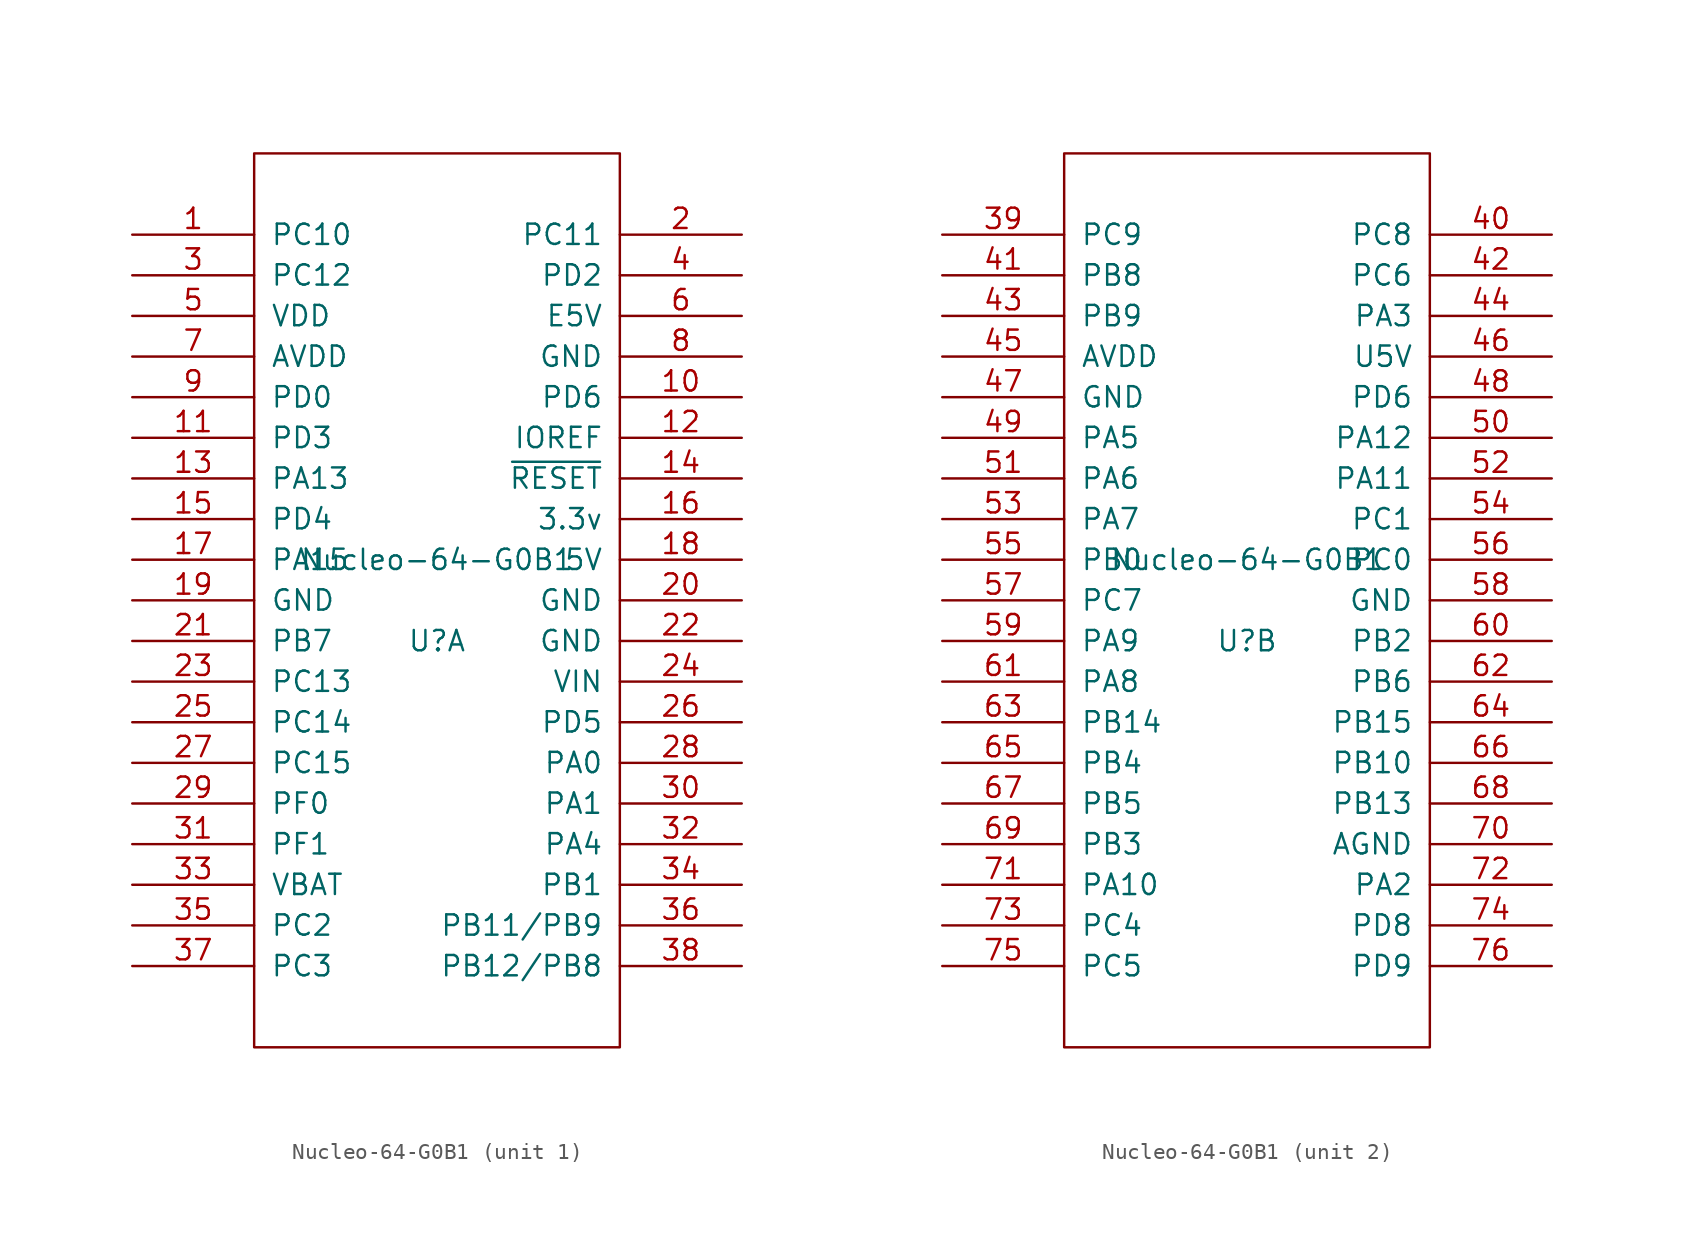
<source format=kicad_sym>
(kicad_symbol_lib
  (version 20220914)
  (generator kicad_symbol_editor)
  (symbol "Nucleo-64-G0B1"
    (pin_names
      (offset 1.016))
    (property "Reference" "U"
      (at 0 -2.54 0)
      (effects (font (size 1.27 1.27))))
    (property "Value" "Nucleo-64-G0B1"
      (at 0 2.54 0)
      (effects (font (size 1.27 1.27))))
    (symbol "Nucleo-64-G0B1_1_0"
      (rectangle (start -11.43 -27.94) (end 11.43 27.94) (stroke (width 0) (type solid)) (fill (type none))))
    (symbol "Nucleo-64-G0B1_1_1"
      (pin bidirectional line (at -19.05 22.86 0) (length 7.62) (name "PC10" (effects (font (size 1.27 1.27)))) (number "1" (effects (font (size 1.27 1.27)))))
      (pin bidirectional line (at 19.05 12.7 180) (length 7.62) (name "PD6" (effects (font (size 1.27 1.27)))) (number "10" (effects (font (size 1.27 1.27)))))
      (pin bidirectional line (at -19.05 10.16 0) (length 7.62) (name "PD3" (effects (font (size 1.27 1.27)))) (number "11" (effects (font (size 1.27 1.27)))))
      (pin power_out line (at 19.05 10.16 180) (length 7.62) (name "IOREF" (effects (font (size 1.27 1.27)))) (number "12" (effects (font (size 1.27 1.27)))))
      (pin bidirectional line (at -19.05 7.62 0) (length 7.62) (name "PA13" (effects (font (size 1.27 1.27)))) (number "13" (effects (font (size 1.27 1.27)))))
      (pin bidirectional line (at 19.05 7.62 180) (length 7.62) (name "~{RESET}" (effects (font (size 1.27 1.27)))) (number "14" (effects (font (size 1.27 1.27)))))
      (pin bidirectional line (at -19.05 5.08 0) (length 7.62) (name "PD4" (effects (font (size 1.27 1.27)))) (number "15" (effects (font (size 1.27 1.27)))))
      (pin power_out line (at 19.05 5.08 180) (length 7.62) (name "3.3v" (effects (font (size 1.27 1.27)))) (number "16" (effects (font (size 1.27 1.27)))))
      (pin bidirectional line (at -19.05 2.54 0) (length 7.62) (name "PA15" (effects (font (size 1.27 1.27)))) (number "17" (effects (font (size 1.27 1.27)))))
      (pin power_out line (at 19.05 2.54 180) (length 7.62) (name "5V" (effects (font (size 1.27 1.27)))) (number "18" (effects (font (size 1.27 1.27)))))
      (pin power_in line (at -19.05 0 0) (length 7.62) (name "GND" (effects (font (size 1.27 1.27)))) (number "19" (effects (font (size 1.27 1.27)))))
      (pin bidirectional line (at 19.05 22.86 180) (length 7.62) (name "PC11" (effects (font (size 1.27 1.27)))) (number "2" (effects (font (size 1.27 1.27)))))
      (pin power_in line (at 19.05 0 180) (length 7.62) (name "GND" (effects (font (size 1.27 1.27)))) (number "20" (effects (font (size 1.27 1.27)))))
      (pin bidirectional line (at -19.05 -2.54 0) (length 7.62) (name "PB7" (effects (font (size 1.27 1.27)))) (number "21" (effects (font (size 1.27 1.27)))))
      (pin power_in line (at 19.05 -2.54 180) (length 7.62) (name "GND" (effects (font (size 1.27 1.27)))) (number "22" (effects (font (size 1.27 1.27)))))
      (pin bidirectional line (at -19.05 -5.08 0) (length 7.62) (name "PC13" (effects (font (size 1.27 1.27)))) (number "23" (effects (font (size 1.27 1.27)))))
      (pin power_in line (at 19.05 -5.08 180) (length 7.62) (name "VIN" (effects (font (size 1.27 1.27)))) (number "24" (effects (font (size 1.27 1.27)))))
      (pin bidirectional line (at -19.05 -7.62 0) (length 7.62) (name "PC14" (effects (font (size 1.27 1.27)))) (number "25" (effects (font (size 1.27 1.27)))))
      (pin bidirectional line (at 19.05 -7.62 180) (length 7.62) (name "PD5" (effects (font (size 1.27 1.27)))) (number "26" (effects (font (size 1.27 1.27)))))
      (pin bidirectional line (at -19.05 -10.16 0) (length 7.62) (name "PC15" (effects (font (size 1.27 1.27)))) (number "27" (effects (font (size 1.27 1.27)))))
      (pin bidirectional line (at 19.05 -10.16 180) (length 7.62) (name "PA0" (effects (font (size 1.27 1.27)))) (number "28" (effects (font (size 1.27 1.27)))))
      (pin bidirectional line (at -19.05 -12.7 0) (length 7.62) (name "PF0" (effects (font (size 1.27 1.27)))) (number "29" (effects (font (size 1.27 1.27)))))
      (pin bidirectional line (at -19.05 20.32 0) (length 7.62) (name "PC12" (effects (font (size 1.27 1.27)))) (number "3" (effects (font (size 1.27 1.27)))))
      (pin bidirectional line (at 19.05 -12.7 180) (length 7.62) (name "PA1" (effects (font (size 1.27 1.27)))) (number "30" (effects (font (size 1.27 1.27)))))
      (pin bidirectional line (at -19.05 -15.24 0) (length 7.62) (name "PF1" (effects (font (size 1.27 1.27)))) (number "31" (effects (font (size 1.27 1.27)))))
      (pin bidirectional line (at 19.05 -15.24 180) (length 7.62) (name "PA4" (effects (font (size 1.27 1.27)))) (number "32" (effects (font (size 1.27 1.27)))))
      (pin power_in line (at -19.05 -17.78 0) (length 7.62) (name "VBAT" (effects (font (size 1.27 1.27)))) (number "33" (effects (font (size 1.27 1.27)))))
      (pin bidirectional line (at 19.05 -17.78 180) (length 7.62) (name "PB1" (effects (font (size 1.27 1.27)))) (number "34" (effects (font (size 1.27 1.27)))))
      (pin bidirectional line (at -19.05 -20.32 0) (length 7.62) (name "PC2" (effects (font (size 1.27 1.27)))) (number "35" (effects (font (size 1.27 1.27)))))
      (pin bidirectional line (at 19.05 -20.32 180) (length 7.62) (name "PB11/PB9" (effects (font (size 1.27 1.27)))) (number "36" (effects (font (size 1.27 1.27)))))
      (pin bidirectional line (at -19.05 -22.86 0) (length 7.62) (name "PC3" (effects (font (size 1.27 1.27)))) (number "37" (effects (font (size 1.27 1.27)))))
      (pin bidirectional line (at 19.05 -22.86 180) (length 7.62) (name "PB12/PB8" (effects (font (size 1.27 1.27)))) (number "38" (effects (font (size 1.27 1.27)))))
      (pin bidirectional line (at 19.05 20.32 180) (length 7.62) (name "PD2" (effects (font (size 1.27 1.27)))) (number "4" (effects (font (size 1.27 1.27)))))
      (pin power_in line (at -19.05 17.78 0) (length 7.62) (name "VDD" (effects (font (size 1.27 1.27)))) (number "5" (effects (font (size 1.27 1.27)))))
      (pin power_in line (at 19.05 17.78 180) (length 7.62) (name "E5V" (effects (font (size 1.27 1.27)))) (number "6" (effects (font (size 1.27 1.27)))))
      (pin power_in line (at -19.05 15.24 0) (length 7.62) (name "AVDD" (effects (font (size 1.27 1.27)))) (number "7" (effects (font (size 1.27 1.27)))))
      (pin power_in line (at 19.05 15.24 180) (length 7.62) (name "GND" (effects (font (size 1.27 1.27)))) (number "8" (effects (font (size 1.27 1.27)))))
      (pin bidirectional line (at -19.05 12.7 0) (length 7.62) (name "PD0" (effects (font (size 1.27 1.27)))) (number "9" (effects (font (size 1.27 1.27))))))
    (symbol "Nucleo-64-G0B1_2_0"
      (rectangle (start -11.43 -27.94) (end 11.43 27.94) (stroke (width 0) (type solid)) (fill (type none))))
    (symbol "Nucleo-64-G0B1_2_1"
      (pin bidirectional line (at -19.05 22.86 0) (length 7.62) (name "PC9" (effects (font (size 1.27 1.27)))) (number "39" (effects (font (size 1.27 1.27)))))
      (pin bidirectional line (at 19.05 22.86 180) (length 7.62) (name "PC8" (effects (font (size 1.27 1.27)))) (number "40" (effects (font (size 1.27 1.27)))))
      (pin bidirectional line (at -19.05 20.32 0) (length 7.62) (name "PB8" (effects (font (size 1.27 1.27)))) (number "41" (effects (font (size 1.27 1.27)))))
      (pin bidirectional line (at 19.05 20.32 180) (length 7.62) (name "PC6" (effects (font (size 1.27 1.27)))) (number "42" (effects (font (size 1.27 1.27)))))
      (pin bidirectional line (at -19.05 17.78 0) (length 7.62) (name "PB9" (effects (font (size 1.27 1.27)))) (number "43" (effects (font (size 1.27 1.27)))))
      (pin bidirectional line (at 19.05 17.78 180) (length 7.62) (name "PA3" (effects (font (size 1.27 1.27)))) (number "44" (effects (font (size 1.27 1.27)))))
      (pin power_in line (at -19.05 15.24 0) (length 7.62) (name "AVDD" (effects (font (size 1.27 1.27)))) (number "45" (effects (font (size 1.27 1.27)))))
      (pin power_out line (at 19.05 15.24 180) (length 7.62) (name "U5V" (effects (font (size 1.27 1.27)))) (number "46" (effects (font (size 1.27 1.27)))))
      (pin power_in line (at -19.05 12.7 0) (length 7.62) (name "GND" (effects (font (size 1.27 1.27)))) (number "47" (effects (font (size 1.27 1.27)))))
      (pin bidirectional line (at 19.05 12.7 180) (length 7.62) (name "PD6" (effects (font (size 1.27 1.27)))) (number "48" (effects (font (size 1.27 1.27)))))
      (pin bidirectional line (at -19.05 10.16 0) (length 7.62) (name "PA5" (effects (font (size 1.27 1.27)))) (number "49" (effects (font (size 1.27 1.27)))))
      (pin bidirectional line (at 19.05 10.16 180) (length 7.62) (name "PA12" (effects (font (size 1.27 1.27)))) (number "50" (effects (font (size 1.27 1.27)))))
      (pin bidirectional line (at -19.05 7.62 0) (length 7.62) (name "PA6" (effects (font (size 1.27 1.27)))) (number "51" (effects (font (size 1.27 1.27)))))
      (pin bidirectional line (at 19.05 7.62 180) (length 7.62) (name "PA11" (effects (font (size 1.27 1.27)))) (number "52" (effects (font (size 1.27 1.27)))))
      (pin bidirectional line (at -19.05 5.08 0) (length 7.62) (name "PA7" (effects (font (size 1.27 1.27)))) (number "53" (effects (font (size 1.27 1.27)))))
      (pin bidirectional line (at 19.05 5.08 180) (length 7.62) (name "PC1" (effects (font (size 1.27 1.27)))) (number "54" (effects (font (size 1.27 1.27)))))
      (pin bidirectional line (at -19.05 2.54 0) (length 7.62) (name "PB0" (effects (font (size 1.27 1.27)))) (number "55" (effects (font (size 1.27 1.27)))))
      (pin bidirectional line (at 19.05 2.54 180) (length 7.62) (name "PC0" (effects (font (size 1.27 1.27)))) (number "56" (effects (font (size 1.27 1.27)))))
      (pin bidirectional line (at -19.05 0 0) (length 7.62) (name "PC7" (effects (font (size 1.27 1.27)))) (number "57" (effects (font (size 1.27 1.27)))))
      (pin power_in line (at 19.05 0 180) (length 7.62) (name "GND" (effects (font (size 1.27 1.27)))) (number "58" (effects (font (size 1.27 1.27)))))
      (pin bidirectional line (at -19.05 -2.54 0) (length 7.62) (name "PA9" (effects (font (size 1.27 1.27)))) (number "59" (effects (font (size 1.27 1.27)))))
      (pin bidirectional line (at 19.05 -2.54 180) (length 7.62) (name "PB2" (effects (font (size 1.27 1.27)))) (number "60" (effects (font (size 1.27 1.27)))))
      (pin bidirectional line (at -19.05 -5.08 0) (length 7.62) (name "PA8" (effects (font (size 1.27 1.27)))) (number "61" (effects (font (size 1.27 1.27)))))
      (pin bidirectional line (at 19.05 -5.08 180) (length 7.62) (name "PB6" (effects (font (size 1.27 1.27)))) (number "62" (effects (font (size 1.27 1.27)))))
      (pin bidirectional line (at -19.05 -7.62 0) (length 7.62) (name "PB14" (effects (font (size 1.27 1.27)))) (number "63" (effects (font (size 1.27 1.27)))))
      (pin bidirectional line (at 19.05 -7.62 180) (length 7.62) (name "PB15" (effects (font (size 1.27 1.27)))) (number "64" (effects (font (size 1.27 1.27)))))
      (pin bidirectional line (at -19.05 -10.16 0) (length 7.62) (name "PB4" (effects (font (size 1.27 1.27)))) (number "65" (effects (font (size 1.27 1.27)))))
      (pin bidirectional line (at 19.05 -10.16 180) (length 7.62) (name "PB10" (effects (font (size 1.27 1.27)))) (number "66" (effects (font (size 1.27 1.27)))))
      (pin bidirectional line (at -19.05 -12.7 0) (length 7.62) (name "PB5" (effects (font (size 1.27 1.27)))) (number "67" (effects (font (size 1.27 1.27)))))
      (pin bidirectional line (at 19.05 -12.7 180) (length 7.62) (name "PB13" (effects (font (size 1.27 1.27)))) (number "68" (effects (font (size 1.27 1.27)))))
      (pin bidirectional line (at -19.05 -15.24 0) (length 7.62) (name "PB3" (effects (font (size 1.27 1.27)))) (number "69" (effects (font (size 1.27 1.27)))))
      (pin power_in line (at 19.05 -15.24 180) (length 7.62) (name "AGND" (effects (font (size 1.27 1.27)))) (number "70" (effects (font (size 1.27 1.27)))))
      (pin bidirectional line (at -19.05 -17.78 0) (length 7.62) (name "PA10" (effects (font (size 1.27 1.27)))) (number "71" (effects (font (size 1.27 1.27)))))
      (pin bidirectional line (at 19.05 -17.78 180) (length 7.62) (name "PA2" (effects (font (size 1.27 1.27)))) (number "72" (effects (font (size 1.27 1.27)))))
      (pin bidirectional line (at -19.05 -20.32 0) (length 7.62) (name "PC4" (effects (font (size 1.27 1.27)))) (number "73" (effects (font (size 1.27 1.27)))))
      (pin bidirectional line (at 19.05 -20.32 180) (length 7.62) (name "PD8" (effects (font (size 1.27 1.27)))) (number "74" (effects (font (size 1.27 1.27)))))
      (pin bidirectional line (at -19.05 -22.86 0) (length 7.62) (name "PC5" (effects (font (size 1.27 1.27)))) (number "75" (effects (font (size 1.27 1.27)))))
      (pin bidirectional line (at 19.05 -22.86 180) (length 7.62) (name "PD9" (effects (font (size 1.27 1.27)))) (number "76" (effects (font (size 1.27 1.27))))))))
</source>
